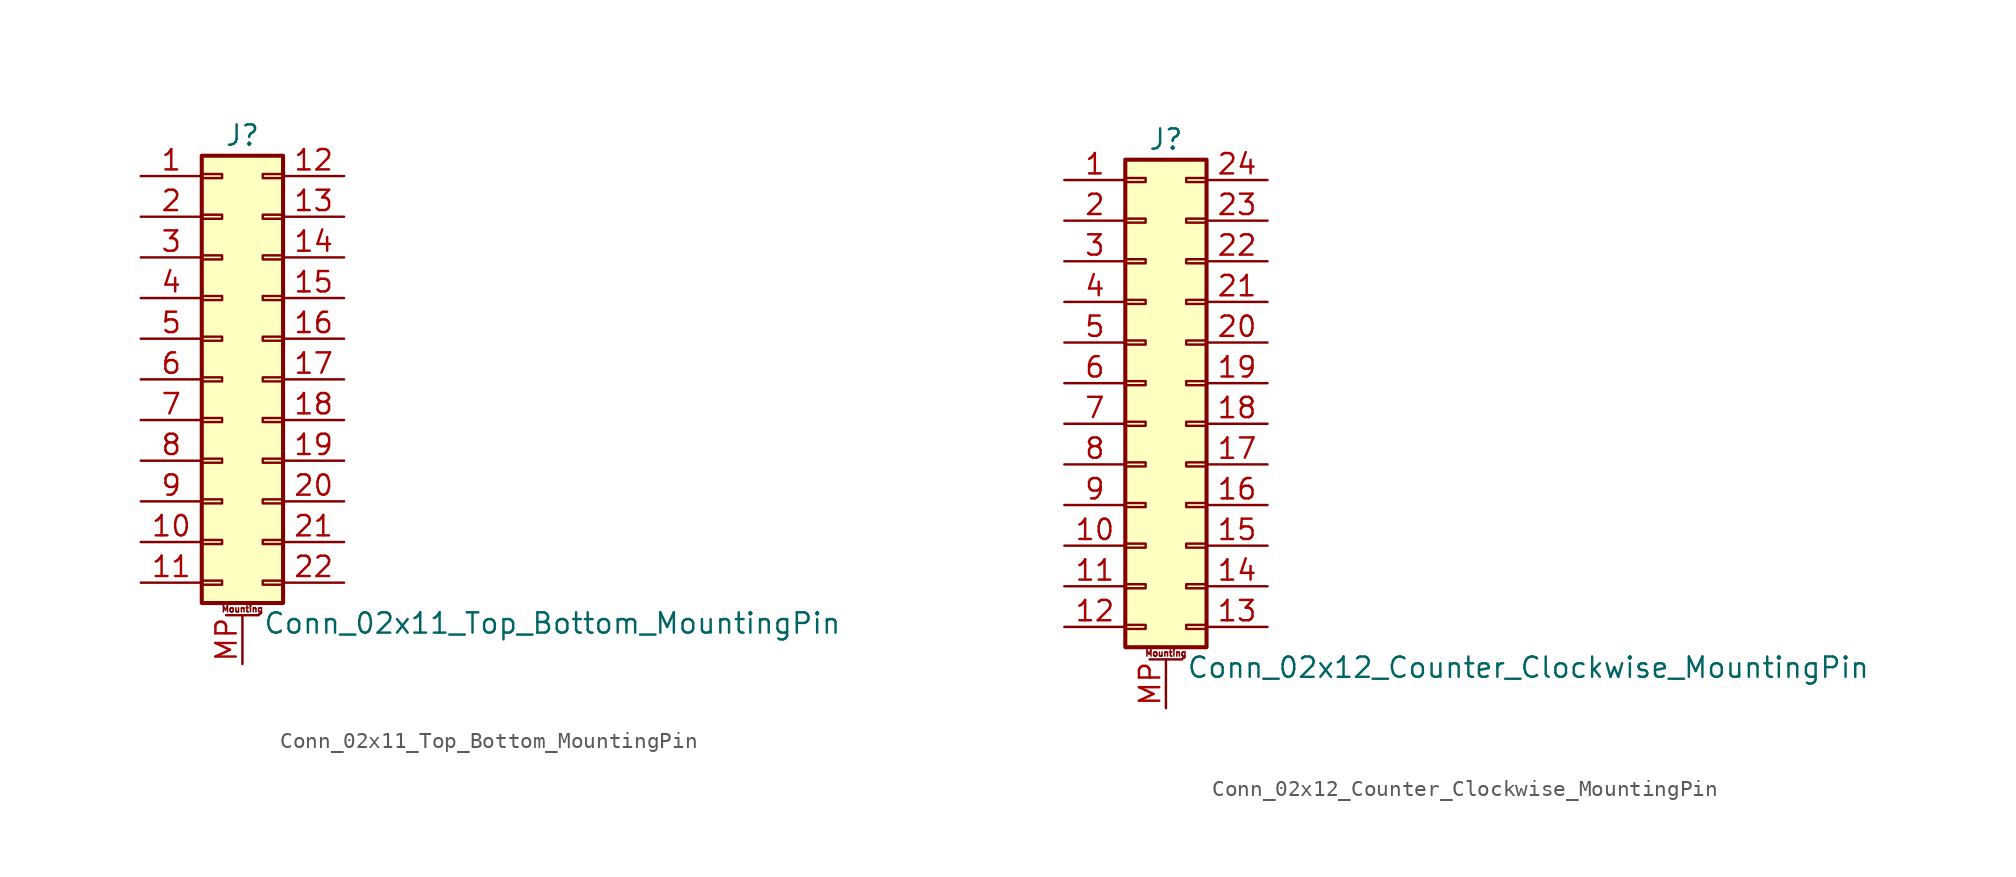
<source format=kicad_sym>
(kicad_symbol_lib
  (version 20201005)
  (generator kicad_symbol_editor)
  (symbol "Conn_02x11_Top_Bottom_MountingPin"
    (pin_names
      (offset 1.016) hide)
    (property "Reference" "J"
      (at 1.27 15.24 0)
      (effects (font (size 1.27 1.27))))
    (property "Value" "Conn_02x11_Top_Bottom_MountingPin"
      (at 2.54 -15.24 0)
      (effects (font (size 1.27 1.27)) (justify left)))
    (symbol "Conn_02x11_Top_Bottom_MountingPin_1_1"
      (text "Mounting" (at 1.27 -14.351 0) (effects (font (size 0.381 0.381))))
      (rectangle (start -1.27 -12.573) (end 0 -12.827) (stroke (width 0.152)) (fill (type none)))
      (rectangle (start -1.27 -10.033) (end 0 -10.287) (stroke (width 0.152)) (fill (type none)))
      (rectangle (start -1.27 -7.493) (end 0 -7.747) (stroke (width 0.152)) (fill (type none)))
      (rectangle (start -1.27 -4.953) (end 0 -5.207) (stroke (width 0.152)) (fill (type none)))
      (rectangle (start -1.27 -2.413) (end 0 -2.667) (stroke (width 0.152)) (fill (type none)))
      (rectangle (start -1.27 0.127) (end 0 -0.127) (stroke (width 0.152)) (fill (type none)))
      (rectangle (start -1.27 2.667) (end 0 2.413) (stroke (width 0.152)) (fill (type none)))
      (rectangle (start -1.27 5.207) (end 0 4.953) (stroke (width 0.152)) (fill (type none)))
      (rectangle (start -1.27 7.747) (end 0 7.493) (stroke (width 0.152)) (fill (type none)))
      (rectangle (start -1.27 10.287) (end 0 10.033) (stroke (width 0.152)) (fill (type none)))
      (rectangle (start -1.27 12.827) (end 0 12.573) (stroke (width 0.152)) (fill (type none)))
      (rectangle (start -1.27 13.97) (end 3.81 -13.97) (stroke (width 0.254)) (fill (type background)))
      (rectangle (start 3.81 -12.573) (end 2.54 -12.827) (stroke (width 0.152)) (fill (type none)))
      (rectangle (start 3.81 -10.033) (end 2.54 -10.287) (stroke (width 0.152)) (fill (type none)))
      (rectangle (start 3.81 -7.493) (end 2.54 -7.747) (stroke (width 0.152)) (fill (type none)))
      (rectangle (start 3.81 -4.953) (end 2.54 -5.207) (stroke (width 0.152)) (fill (type none)))
      (rectangle (start 3.81 -2.413) (end 2.54 -2.667) (stroke (width 0.152)) (fill (type none)))
      (rectangle (start 3.81 0.127) (end 2.54 -0.127) (stroke (width 0.152)) (fill (type none)))
      (rectangle (start 3.81 2.667) (end 2.54 2.413) (stroke (width 0.152)) (fill (type none)))
      (rectangle (start 3.81 5.207) (end 2.54 4.953) (stroke (width 0.152)) (fill (type none)))
      (rectangle (start 3.81 7.747) (end 2.54 7.493) (stroke (width 0.152)) (fill (type none)))
      (rectangle (start 3.81 10.287) (end 2.54 10.033) (stroke (width 0.152)) (fill (type none)))
      (rectangle (start 3.81 12.827) (end 2.54 12.573) (stroke (width 0.152)) (fill (type none)))
      (polyline (pts (xy 0.254 -14.732) (xy 2.286 -14.732)) (stroke (width 0.152)) (fill (type none)))
      (pin passive line (at -5.08 12.7 0) (length 3.81) (name "Pin_1" (effects (font (size 1.27 1.27)))) (number "1" (effects (font (size 1.27 1.27)))))
      (pin passive line (at -5.08 -10.16 0) (length 3.81) (name "Pin_10" (effects (font (size 1.27 1.27)))) (number "10" (effects (font (size 1.27 1.27)))))
      (pin passive line (at -5.08 -12.7 0) (length 3.81) (name "Pin_11" (effects (font (size 1.27 1.27)))) (number "11" (effects (font (size 1.27 1.27)))))
      (pin passive line (at 7.62 12.7 180) (length 3.81) (name "Pin_12" (effects (font (size 1.27 1.27)))) (number "12" (effects (font (size 1.27 1.27)))))
      (pin passive line (at 7.62 10.16 180) (length 3.81) (name "Pin_13" (effects (font (size 1.27 1.27)))) (number "13" (effects (font (size 1.27 1.27)))))
      (pin passive line (at 7.62 7.62 180) (length 3.81) (name "Pin_14" (effects (font (size 1.27 1.27)))) (number "14" (effects (font (size 1.27 1.27)))))
      (pin passive line (at 7.62 5.08 180) (length 3.81) (name "Pin_15" (effects (font (size 1.27 1.27)))) (number "15" (effects (font (size 1.27 1.27)))))
      (pin passive line (at 7.62 2.54 180) (length 3.81) (name "Pin_16" (effects (font (size 1.27 1.27)))) (number "16" (effects (font (size 1.27 1.27)))))
      (pin passive line (at 7.62 0 180) (length 3.81) (name "Pin_17" (effects (font (size 1.27 1.27)))) (number "17" (effects (font (size 1.27 1.27)))))
      (pin passive line (at 7.62 -2.54 180) (length 3.81) (name "Pin_18" (effects (font (size 1.27 1.27)))) (number "18" (effects (font (size 1.27 1.27)))))
      (pin passive line (at 7.62 -5.08 180) (length 3.81) (name "Pin_19" (effects (font (size 1.27 1.27)))) (number "19" (effects (font (size 1.27 1.27)))))
      (pin passive line (at -5.08 10.16 0) (length 3.81) (name "Pin_2" (effects (font (size 1.27 1.27)))) (number "2" (effects (font (size 1.27 1.27)))))
      (pin passive line (at 7.62 -7.62 180) (length 3.81) (name "Pin_20" (effects (font (size 1.27 1.27)))) (number "20" (effects (font (size 1.27 1.27)))))
      (pin passive line (at 7.62 -10.16 180) (length 3.81) (name "Pin_21" (effects (font (size 1.27 1.27)))) (number "21" (effects (font (size 1.27 1.27)))))
      (pin passive line (at 7.62 -12.7 180) (length 3.81) (name "Pin_22" (effects (font (size 1.27 1.27)))) (number "22" (effects (font (size 1.27 1.27)))))
      (pin passive line (at -5.08 7.62 0) (length 3.81) (name "Pin_3" (effects (font (size 1.27 1.27)))) (number "3" (effects (font (size 1.27 1.27)))))
      (pin passive line (at -5.08 5.08 0) (length 3.81) (name "Pin_4" (effects (font (size 1.27 1.27)))) (number "4" (effects (font (size 1.27 1.27)))))
      (pin passive line (at -5.08 2.54 0) (length 3.81) (name "Pin_5" (effects (font (size 1.27 1.27)))) (number "5" (effects (font (size 1.27 1.27)))))
      (pin passive line (at -5.08 0 0) (length 3.81) (name "Pin_6" (effects (font (size 1.27 1.27)))) (number "6" (effects (font (size 1.27 1.27)))))
      (pin passive line (at -5.08 -2.54 0) (length 3.81) (name "Pin_7" (effects (font (size 1.27 1.27)))) (number "7" (effects (font (size 1.27 1.27)))))
      (pin passive line (at -5.08 -5.08 0) (length 3.81) (name "Pin_8" (effects (font (size 1.27 1.27)))) (number "8" (effects (font (size 1.27 1.27)))))
      (pin passive line (at -5.08 -7.62 0) (length 3.81) (name "Pin_9" (effects (font (size 1.27 1.27)))) (number "9" (effects (font (size 1.27 1.27)))))
      (pin passive line (at 1.27 -17.78 90) (length 3.048) (name "MountPin" (effects (font (size 1.27 1.27)))) (number "MP" (effects (font (size 1.27 1.27)))))))
  (symbol "Conn_02x12_Counter_Clockwise_MountingPin"
    (pin_names
      (offset 1.016) hide)
    (property "Reference" "J"
      (at 1.27 15.24 0)
      (effects (font (size 1.27 1.27))))
    (property "Value" "Conn_02x12_Counter_Clockwise_MountingPin"
      (at 2.54 -17.78 0)
      (effects (font (size 1.27 1.27)) (justify left)))
    (symbol "Conn_02x12_Counter_Clockwise_MountingPin_1_1"
      (text "Mounting" (at 1.27 -16.891 0) (effects (font (size 0.381 0.381))))
      (rectangle (start -1.27 -15.113) (end 0 -15.367) (stroke (width 0.152)) (fill (type none)))
      (rectangle (start -1.27 -12.573) (end 0 -12.827) (stroke (width 0.152)) (fill (type none)))
      (rectangle (start -1.27 -10.033) (end 0 -10.287) (stroke (width 0.152)) (fill (type none)))
      (rectangle (start -1.27 -7.493) (end 0 -7.747) (stroke (width 0.152)) (fill (type none)))
      (rectangle (start -1.27 -4.953) (end 0 -5.207) (stroke (width 0.152)) (fill (type none)))
      (rectangle (start -1.27 -2.413) (end 0 -2.667) (stroke (width 0.152)) (fill (type none)))
      (rectangle (start -1.27 0.127) (end 0 -0.127) (stroke (width 0.152)) (fill (type none)))
      (rectangle (start -1.27 2.667) (end 0 2.413) (stroke (width 0.152)) (fill (type none)))
      (rectangle (start -1.27 5.207) (end 0 4.953) (stroke (width 0.152)) (fill (type none)))
      (rectangle (start -1.27 7.747) (end 0 7.493) (stroke (width 0.152)) (fill (type none)))
      (rectangle (start -1.27 10.287) (end 0 10.033) (stroke (width 0.152)) (fill (type none)))
      (rectangle (start -1.27 12.827) (end 0 12.573) (stroke (width 0.152)) (fill (type none)))
      (rectangle (start -1.27 13.97) (end 3.81 -16.51) (stroke (width 0.254)) (fill (type background)))
      (rectangle (start 3.81 -15.113) (end 2.54 -15.367) (stroke (width 0.152)) (fill (type none)))
      (rectangle (start 3.81 -12.573) (end 2.54 -12.827) (stroke (width 0.152)) (fill (type none)))
      (rectangle (start 3.81 -10.033) (end 2.54 -10.287) (stroke (width 0.152)) (fill (type none)))
      (rectangle (start 3.81 -7.493) (end 2.54 -7.747) (stroke (width 0.152)) (fill (type none)))
      (rectangle (start 3.81 -4.953) (end 2.54 -5.207) (stroke (width 0.152)) (fill (type none)))
      (rectangle (start 3.81 -2.413) (end 2.54 -2.667) (stroke (width 0.152)) (fill (type none)))
      (rectangle (start 3.81 0.127) (end 2.54 -0.127) (stroke (width 0.152)) (fill (type none)))
      (rectangle (start 3.81 2.667) (end 2.54 2.413) (stroke (width 0.152)) (fill (type none)))
      (rectangle (start 3.81 5.207) (end 2.54 4.953) (stroke (width 0.152)) (fill (type none)))
      (rectangle (start 3.81 7.747) (end 2.54 7.493) (stroke (width 0.152)) (fill (type none)))
      (rectangle (start 3.81 10.287) (end 2.54 10.033) (stroke (width 0.152)) (fill (type none)))
      (rectangle (start 3.81 12.827) (end 2.54 12.573) (stroke (width 0.152)) (fill (type none)))
      (polyline (pts (xy 0.254 -17.272) (xy 2.286 -17.272)) (stroke (width 0.152)) (fill (type none)))
      (pin passive line (at -5.08 12.7 0) (length 3.81) (name "Pin_1" (effects (font (size 1.27 1.27)))) (number "1" (effects (font (size 1.27 1.27)))))
      (pin passive line (at -5.08 -10.16 0) (length 3.81) (name "Pin_10" (effects (font (size 1.27 1.27)))) (number "10" (effects (font (size 1.27 1.27)))))
      (pin passive line (at -5.08 -12.7 0) (length 3.81) (name "Pin_11" (effects (font (size 1.27 1.27)))) (number "11" (effects (font (size 1.27 1.27)))))
      (pin passive line (at -5.08 -15.24 0) (length 3.81) (name "Pin_12" (effects (font (size 1.27 1.27)))) (number "12" (effects (font (size 1.27 1.27)))))
      (pin passive line (at 7.62 -15.24 180) (length 3.81) (name "Pin_13" (effects (font (size 1.27 1.27)))) (number "13" (effects (font (size 1.27 1.27)))))
      (pin passive line (at 7.62 -12.7 180) (length 3.81) (name "Pin_14" (effects (font (size 1.27 1.27)))) (number "14" (effects (font (size 1.27 1.27)))))
      (pin passive line (at 7.62 -10.16 180) (length 3.81) (name "Pin_15" (effects (font (size 1.27 1.27)))) (number "15" (effects (font (size 1.27 1.27)))))
      (pin passive line (at 7.62 -7.62 180) (length 3.81) (name "Pin_16" (effects (font (size 1.27 1.27)))) (number "16" (effects (font (size 1.27 1.27)))))
      (pin passive line (at 7.62 -5.08 180) (length 3.81) (name "Pin_17" (effects (font (size 1.27 1.27)))) (number "17" (effects (font (size 1.27 1.27)))))
      (pin passive line (at 7.62 -2.54 180) (length 3.81) (name "Pin_18" (effects (font (size 1.27 1.27)))) (number "18" (effects (font (size 1.27 1.27)))))
      (pin passive line (at 7.62 0 180) (length 3.81) (name "Pin_19" (effects (font (size 1.27 1.27)))) (number "19" (effects (font (size 1.27 1.27)))))
      (pin passive line (at -5.08 10.16 0) (length 3.81) (name "Pin_2" (effects (font (size 1.27 1.27)))) (number "2" (effects (font (size 1.27 1.27)))))
      (pin passive line (at 7.62 2.54 180) (length 3.81) (name "Pin_20" (effects (font (size 1.27 1.27)))) (number "20" (effects (font (size 1.27 1.27)))))
      (pin passive line (at 7.62 5.08 180) (length 3.81) (name "Pin_21" (effects (font (size 1.27 1.27)))) (number "21" (effects (font (size 1.27 1.27)))))
      (pin passive line (at 7.62 7.62 180) (length 3.81) (name "Pin_22" (effects (font (size 1.27 1.27)))) (number "22" (effects (font (size 1.27 1.27)))))
      (pin passive line (at 7.62 10.16 180) (length 3.81) (name "Pin_23" (effects (font (size 1.27 1.27)))) (number "23" (effects (font (size 1.27 1.27)))))
      (pin passive line (at 7.62 12.7 180) (length 3.81) (name "Pin_24" (effects (font (size 1.27 1.27)))) (number "24" (effects (font (size 1.27 1.27)))))
      (pin passive line (at -5.08 7.62 0) (length 3.81) (name "Pin_3" (effects (font (size 1.27 1.27)))) (number "3" (effects (font (size 1.27 1.27)))))
      (pin passive line (at -5.08 5.08 0) (length 3.81) (name "Pin_4" (effects (font (size 1.27 1.27)))) (number "4" (effects (font (size 1.27 1.27)))))
      (pin passive line (at -5.08 2.54 0) (length 3.81) (name "Pin_5" (effects (font (size 1.27 1.27)))) (number "5" (effects (font (size 1.27 1.27)))))
      (pin passive line (at -5.08 0 0) (length 3.81) (name "Pin_6" (effects (font (size 1.27 1.27)))) (number "6" (effects (font (size 1.27 1.27)))))
      (pin passive line (at -5.08 -2.54 0) (length 3.81) (name "Pin_7" (effects (font (size 1.27 1.27)))) (number "7" (effects (font (size 1.27 1.27)))))
      (pin passive line (at -5.08 -5.08 0) (length 3.81) (name "Pin_8" (effects (font (size 1.27 1.27)))) (number "8" (effects (font (size 1.27 1.27)))))
      (pin passive line (at -5.08 -7.62 0) (length 3.81) (name "Pin_9" (effects (font (size 1.27 1.27)))) (number "9" (effects (font (size 1.27 1.27)))))
      (pin passive line (at 1.27 -20.32 90) (length 3.048) (name "MountPin" (effects (font (size 1.27 1.27)))) (number "MP" (effects (font (size 1.27 1.27))))))))
</source>
